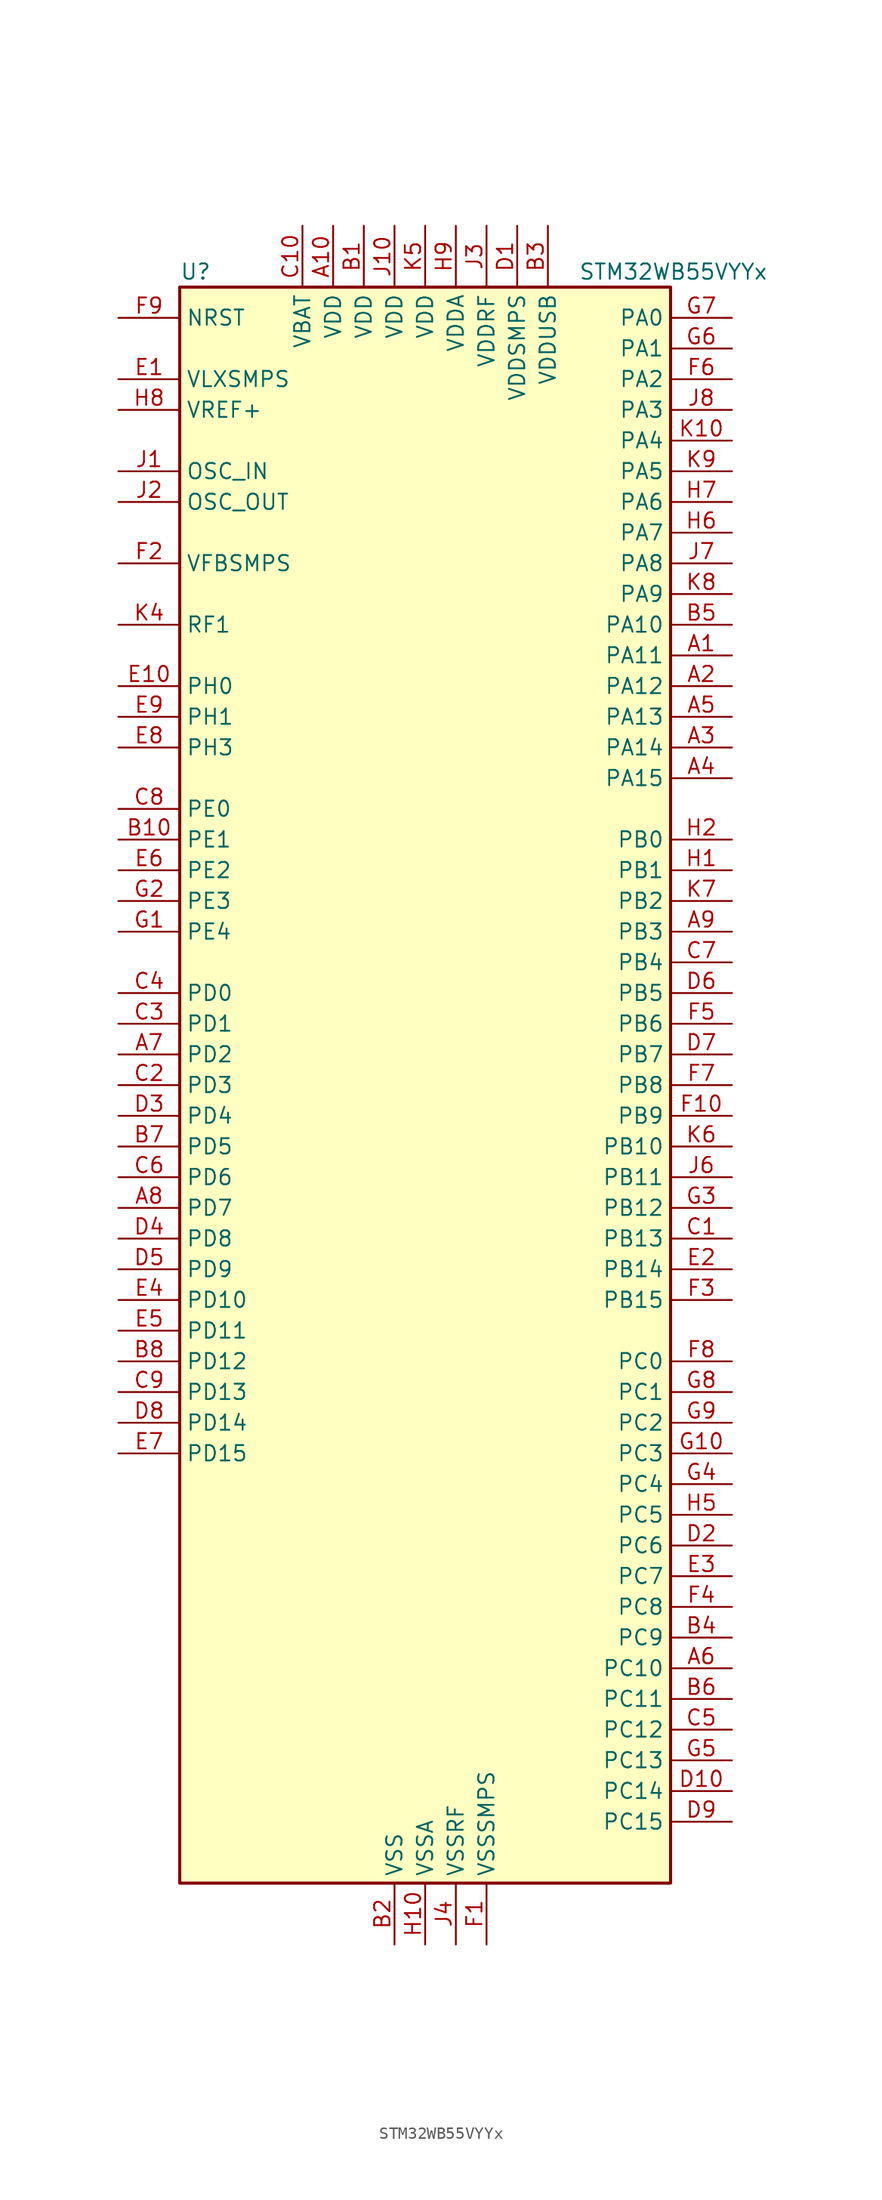
<source format=kicad_sym>
(kicad_symbol_lib
  (version 20231120)
  (generator "kicad_symbol_editor")
  (generator_version "8.0")
  (symbol "STM32WB55VYYx"
    (property "Reference" "U"
      (at -20.32 67.31 0)
      (effects (font (size 1.27 1.27)) (justify left)))
    (property "Value" "STM32WB55VYYx"
      (at 12.7 67.31 0)
      (effects (font (size 1.27 1.27)) (justify left)))
    (property "ki_locked" ""
      (at 0 0 0)
      (effects (font (size 1.27 1.27))))
    (symbol "STM32WB55VYYx_0_1"
      (rectangle (start -20.32 -66.04) (end 20.32 66.04) (stroke (width 0.254) (type default)) (fill (type background))))
    (symbol "STM32WB55VYYx_1_1"
      (pin bidirectional line (at 25.4 35.56 180) (length 5.08) (name "PA11" (effects (font (size 1.27 1.27)))) (number "A1" (effects (font (size 1.27 1.27)))) (alternate "ADC1_EXTI11" bidirectional line) (alternate "SPI1_MISO" bidirectional line) (alternate "TIM1_BKIN2" bidirectional line) (alternate "TIM1_CH4" bidirectional line) (alternate "USART1_CTS" bidirectional line) (alternate "USART1_NSS" bidirectional line) (alternate "USB_DM" bidirectional line))
      (pin power_in line (at -7.62 71.12 270) (length 5.08) (name "VDD" (effects (font (size 1.27 1.27)))) (number "A10" (effects (font (size 1.27 1.27)))))
      (pin bidirectional line (at 25.4 33.02 180) (length 5.08) (name "PA12" (effects (font (size 1.27 1.27)))) (number "A2" (effects (font (size 1.27 1.27)))) (alternate "LPUART1_RX" bidirectional line) (alternate "SPI1_MOSI" bidirectional line) (alternate "TIM1_ETR" bidirectional line) (alternate "USART1_DE" bidirectional line) (alternate "USART1_RTS" bidirectional line) (alternate "USB_DP" bidirectional line))
      (pin bidirectional line (at 25.4 27.94 180) (length 5.08) (name "PA14" (effects (font (size 1.27 1.27)))) (number "A3" (effects (font (size 1.27 1.27)))) (alternate "I2C1_SMBA" bidirectional line) (alternate "LCD_SEG5" bidirectional line) (alternate "LPTIM1_OUT" bidirectional line) (alternate "SAI1_FS_B" bidirectional line) (alternate "SYS_JTCK-SWCLK" bidirectional line))
      (pin bidirectional line (at 25.4 25.4 180) (length 5.08) (name "PA15" (effects (font (size 1.27 1.27)))) (number "A4" (effects (font (size 1.27 1.27)))) (alternate "ADC1_EXTI15" bidirectional line) (alternate "LCD_SEG17" bidirectional line) (alternate "RCC_MCO" bidirectional line) (alternate "SPI1_NSS" bidirectional line) (alternate "SYS_JTDI" bidirectional line) (alternate "TIM2_CH1" bidirectional line) (alternate "TIM2_ETR" bidirectional line) (alternate "TSC_G3_IO1" bidirectional line))
      (pin bidirectional line (at 25.4 30.48 180) (length 5.08) (name "PA13" (effects (font (size 1.27 1.27)))) (number "A5" (effects (font (size 1.27 1.27)))) (alternate "IR_OUT" bidirectional line) (alternate "SAI1_SD_B" bidirectional line) (alternate "SYS_JTMS-SWDIO" bidirectional line) (alternate "USB_NOE" bidirectional line))
      (pin bidirectional line (at 25.4 -48.26 180) (length 5.08) (name "PC10" (effects (font (size 1.27 1.27)))) (number "A6" (effects (font (size 1.27 1.27)))) (alternate "LCD_COM4" bidirectional line) (alternate "LCD_SEG28" bidirectional line) (alternate "LCD_SEG40" bidirectional line) (alternate "SYS_TRACED1" bidirectional line) (alternate "TSC_G3_IO2" bidirectional line))
      (pin bidirectional line (at -25.4 2.54 0) (length 5.08) (name "PD2" (effects (font (size 1.27 1.27)))) (number "A7" (effects (font (size 1.27 1.27)))) (alternate "LCD_COM7" bidirectional line) (alternate "LCD_SEG31" bidirectional line) (alternate "LCD_SEG43" bidirectional line) (alternate "SYS_TRACED2" bidirectional line) (alternate "TSC_SYNC" bidirectional line))
      (pin bidirectional line (at -25.4 -10.16 0) (length 5.08) (name "PD7" (effects (font (size 1.27 1.27)))) (number "A8" (effects (font (size 1.27 1.27)))) (alternate "LCD_SEG39" bidirectional line) (alternate "QUADSPI_BK1_IO3" bidirectional line) (alternate "TSC_G5_IO4" bidirectional line))
      (pin bidirectional line (at 25.4 12.7 180) (length 5.08) (name "PB3" (effects (font (size 1.27 1.27)))) (number "A9" (effects (font (size 1.27 1.27)))) (alternate "COMP2_INM" bidirectional line) (alternate "LCD_SEG7" bidirectional line) (alternate "SAI1_SCK_B" bidirectional line) (alternate "SPI1_SCK" bidirectional line) (alternate "SYS_JTDO-SWO" bidirectional line) (alternate "TIM2_CH2" bidirectional line) (alternate "USART1_DE" bidirectional line) (alternate "USART1_RTS" bidirectional line))
      (pin power_in line (at -5.08 71.12 270) (length 5.08) (name "VDD" (effects (font (size 1.27 1.27)))) (number "B1" (effects (font (size 1.27 1.27)))))
      (pin bidirectional line (at -25.4 20.32 0) (length 5.08) (name "PE1" (effects (font (size 1.27 1.27)))) (number "B10" (effects (font (size 1.27 1.27)))) (alternate "LCD_SEG37" bidirectional line) (alternate "TIM17_CH1" bidirectional line) (alternate "TSC_G7_IO2" bidirectional line))
      (pin power_in line (at -2.54 -71.12 90) (length 5.08) (name "VSS" (effects (font (size 1.27 1.27)))) (number "B2" (effects (font (size 1.27 1.27)))))
      (pin power_in line (at 10.16 71.12 270) (length 5.08) (name "VDDUSB" (effects (font (size 1.27 1.27)))) (number "B3" (effects (font (size 1.27 1.27)))))
      (pin bidirectional line (at 25.4 -45.72 180) (length 5.08) (name "PC9" (effects (font (size 1.27 1.27)))) (number "B4" (effects (font (size 1.27 1.27)))) (alternate "LCD_SEG27" bidirectional line) (alternate "SAI1_SCK_B" bidirectional line) (alternate "TIM1_BKIN" bidirectional line) (alternate "TSC_G4_IO4" bidirectional line) (alternate "USB_NOE" bidirectional line))
      (pin bidirectional line (at 25.4 38.1 180) (length 5.08) (name "PA10" (effects (font (size 1.27 1.27)))) (number "B5" (effects (font (size 1.27 1.27)))) (alternate "CRS_SYNC" bidirectional line) (alternate "I2C1_SDA" bidirectional line) (alternate "LCD_COM2" bidirectional line) (alternate "SAI1_D1" bidirectional line) (alternate "SAI1_SD_A" bidirectional line) (alternate "TIM17_BKIN" bidirectional line) (alternate "TIM1_CH3" bidirectional line) (alternate "USART1_RX" bidirectional line))
      (pin bidirectional line (at 25.4 -50.8 180) (length 5.08) (name "PC11" (effects (font (size 1.27 1.27)))) (number "B6" (effects (font (size 1.27 1.27)))) (alternate "ADC1_EXTI11" bidirectional line) (alternate "LCD_COM5" bidirectional line) (alternate "LCD_SEG29" bidirectional line) (alternate "LCD_SEG41" bidirectional line) (alternate "TSC_G3_IO3" bidirectional line))
      (pin bidirectional line (at -25.4 -5.08 0) (length 5.08) (name "PD5" (effects (font (size 1.27 1.27)))) (number "B7" (effects (font (size 1.27 1.27)))) (alternate "QUADSPI_BK1_IO1" bidirectional line) (alternate "SAI1_MCLK_B" bidirectional line) (alternate "TSC_G5_IO2" bidirectional line))
      (pin bidirectional line (at -25.4 -22.86 0) (length 5.08) (name "PD12" (effects (font (size 1.27 1.27)))) (number "B8" (effects (font (size 1.27 1.27)))) (alternate "LCD_SEG32" bidirectional line) (alternate "LPTIM2_IN1" bidirectional line) (alternate "TSC_G6_IO3" bidirectional line))
      (pin passive line (at -2.54 -71.12 90) (length 5.08) hide (name "VSS" (effects (font (size 1.27 1.27)))) (number "B9" (effects (font (size 1.27 1.27)))))
      (pin bidirectional line (at 25.4 -12.7 180) (length 5.08) (name "PB13" (effects (font (size 1.27 1.27)))) (number "C1" (effects (font (size 1.27 1.27)))) (alternate "I2C3_SCL" bidirectional line) (alternate "LCD_SEG13" bidirectional line) (alternate "LPUART1_CTS" bidirectional line) (alternate "SAI1_SCK_A" bidirectional line) (alternate "SPI2_SCK" bidirectional line) (alternate "TIM1_CH1N" bidirectional line) (alternate "TSC_G1_IO2" bidirectional line))
      (pin power_in line (at -10.16 71.12 270) (length 5.08) (name "VBAT" (effects (font (size 1.27 1.27)))) (number "C10" (effects (font (size 1.27 1.27)))))
      (pin bidirectional line (at -25.4 0 0) (length 5.08) (name "PD3" (effects (font (size 1.27 1.27)))) (number "C2" (effects (font (size 1.27 1.27)))) (alternate "QUADSPI_BK1_NCS" bidirectional line) (alternate "SPI2_MISO" bidirectional line) (alternate "SPI2_SCK" bidirectional line))
      (pin bidirectional line (at -25.4 5.08 0) (length 5.08) (name "PD1" (effects (font (size 1.27 1.27)))) (number "C3" (effects (font (size 1.27 1.27)))) (alternate "SPI2_SCK" bidirectional line))
      (pin bidirectional line (at -25.4 7.62 0) (length 5.08) (name "PD0" (effects (font (size 1.27 1.27)))) (number "C4" (effects (font (size 1.27 1.27)))) (alternate "SPI2_NSS" bidirectional line))
      (pin bidirectional line (at 25.4 -53.34 180) (length 5.08) (name "PC12" (effects (font (size 1.27 1.27)))) (number "C5" (effects (font (size 1.27 1.27)))) (alternate "LCD_COM6" bidirectional line) (alternate "LCD_SEG30" bidirectional line) (alternate "LCD_SEG42" bidirectional line) (alternate "RCC_LSCO" bidirectional line) (alternate "RTC_TAMP3" bidirectional line) (alternate "SYS_TRACED3" bidirectional line) (alternate "SYS_WKUP3" bidirectional line) (alternate "TSC_G3_IO4" bidirectional line))
      (pin bidirectional line (at -25.4 -7.62 0) (length 5.08) (name "PD6" (effects (font (size 1.27 1.27)))) (number "C6" (effects (font (size 1.27 1.27)))) (alternate "QUADSPI_BK1_IO2" bidirectional line) (alternate "SAI1_D1" bidirectional line) (alternate "SAI1_SD_A" bidirectional line) (alternate "TSC_G5_IO3" bidirectional line))
      (pin bidirectional line (at 25.4 10.16 180) (length 5.08) (name "PB4" (effects (font (size 1.27 1.27)))) (number "C7" (effects (font (size 1.27 1.27)))) (alternate "COMP2_INP" bidirectional line) (alternate "I2C3_SDA" bidirectional line) (alternate "LCD_SEG8" bidirectional line) (alternate "SAI1_MCLK_B" bidirectional line) (alternate "SPI1_MISO" bidirectional line) (alternate "SYS_JTRST" bidirectional line) (alternate "TIM17_BKIN" bidirectional line) (alternate "TSC_G2_IO1" bidirectional line) (alternate "USART1_CTS" bidirectional line) (alternate "USART1_NSS" bidirectional line))
      (pin bidirectional line (at -25.4 22.86 0) (length 5.08) (name "PE0" (effects (font (size 1.27 1.27)))) (number "C8" (effects (font (size 1.27 1.27)))) (alternate "LCD_SEG36" bidirectional line) (alternate "TIM16_CH1" bidirectional line) (alternate "TIM1_ETR" bidirectional line) (alternate "TSC_G7_IO3" bidirectional line))
      (pin bidirectional line (at -25.4 -25.4 0) (length 5.08) (name "PD13" (effects (font (size 1.27 1.27)))) (number "C9" (effects (font (size 1.27 1.27)))) (alternate "LCD_SEG33" bidirectional line) (alternate "LPTIM2_OUT" bidirectional line) (alternate "TSC_G6_IO4" bidirectional line))
      (pin power_in line (at 7.62 71.12 270) (length 5.08) (name "VDDSMPS" (effects (font (size 1.27 1.27)))) (number "D1" (effects (font (size 1.27 1.27)))))
      (pin bidirectional line (at 25.4 -58.42 180) (length 5.08) (name "PC14" (effects (font (size 1.27 1.27)))) (number "D10" (effects (font (size 1.27 1.27)))) (alternate "RCC_OSC32_IN" bidirectional line))
      (pin bidirectional line (at 25.4 -38.1 180) (length 5.08) (name "PC6" (effects (font (size 1.27 1.27)))) (number "D2" (effects (font (size 1.27 1.27)))) (alternate "LCD_SEG24" bidirectional line) (alternate "TSC_G4_IO1" bidirectional line))
      (pin bidirectional line (at -25.4 -2.54 0) (length 5.08) (name "PD4" (effects (font (size 1.27 1.27)))) (number "D3" (effects (font (size 1.27 1.27)))) (alternate "QUADSPI_BK1_IO0" bidirectional line) (alternate "SPI2_MOSI" bidirectional line) (alternate "TSC_G5_IO1" bidirectional line))
      (pin bidirectional line (at -25.4 -12.7 0) (length 5.08) (name "PD8" (effects (font (size 1.27 1.27)))) (number "D4" (effects (font (size 1.27 1.27)))) (alternate "LCD_SEG28" bidirectional line) (alternate "TIM1_BKIN2" bidirectional line))
      (pin bidirectional line (at -25.4 -15.24 0) (length 5.08) (name "PD9" (effects (font (size 1.27 1.27)))) (number "D5" (effects (font (size 1.27 1.27)))) (alternate "LCD_SEG29" bidirectional line) (alternate "SYS_TRACED0" bidirectional line))
      (pin bidirectional line (at 25.4 7.62 180) (length 5.08) (name "PB5" (effects (font (size 1.27 1.27)))) (number "D6" (effects (font (size 1.27 1.27)))) (alternate "COMP2_OUT" bidirectional line) (alternate "I2C1_SMBA" bidirectional line) (alternate "LCD_SEG9" bidirectional line) (alternate "LPTIM1_IN1" bidirectional line) (alternate "LPUART1_TX" bidirectional line) (alternate "SAI1_SD_B" bidirectional line) (alternate "SPI1_MOSI" bidirectional line) (alternate "TIM16_BKIN" bidirectional line) (alternate "TSC_G2_IO2" bidirectional line) (alternate "USART1_CK" bidirectional line))
      (pin bidirectional line (at 25.4 2.54 180) (length 5.08) (name "PB7" (effects (font (size 1.27 1.27)))) (number "D7" (effects (font (size 1.27 1.27)))) (alternate "COMP2_INM" bidirectional line) (alternate "I2C1_SDA" bidirectional line) (alternate "LCD_SEG21" bidirectional line) (alternate "LPTIM1_IN2" bidirectional line) (alternate "SYS_PVD_IN" bidirectional line) (alternate "TIM17_CH1N" bidirectional line) (alternate "TIM1_BKIN" bidirectional line) (alternate "TSC_G2_IO4" bidirectional line) (alternate "USART1_RX" bidirectional line))
      (pin bidirectional line (at -25.4 -27.94 0) (length 5.08) (name "PD14" (effects (font (size 1.27 1.27)))) (number "D8" (effects (font (size 1.27 1.27)))) (alternate "LCD_SEG34" bidirectional line) (alternate "TIM1_CH1" bidirectional line))
      (pin bidirectional line (at 25.4 -60.96 180) (length 5.08) (name "PC15" (effects (font (size 1.27 1.27)))) (number "D9" (effects (font (size 1.27 1.27)))) (alternate "ADC1_EXTI15" bidirectional line) (alternate "RCC_OSC32_OUT" bidirectional line))
      (pin power_in line (at -25.4 58.42 0) (length 5.08) (name "VLXSMPS" (effects (font (size 1.27 1.27)))) (number "E1" (effects (font (size 1.27 1.27)))))
      (pin bidirectional line (at -25.4 33.02 0) (length 5.08) (name "PH0" (effects (font (size 1.27 1.27)))) (number "E10" (effects (font (size 1.27 1.27)))))
      (pin bidirectional line (at 25.4 -15.24 180) (length 5.08) (name "PB14" (effects (font (size 1.27 1.27)))) (number "E2" (effects (font (size 1.27 1.27)))) (alternate "I2C3_SDA" bidirectional line) (alternate "LCD_SEG14" bidirectional line) (alternate "SAI1_MCLK_A" bidirectional line) (alternate "SPI2_MISO" bidirectional line) (alternate "TIM1_CH2N" bidirectional line) (alternate "TSC_G1_IO3" bidirectional line))
      (pin bidirectional line (at 25.4 -40.64 180) (length 5.08) (name "PC7" (effects (font (size 1.27 1.27)))) (number "E3" (effects (font (size 1.27 1.27)))) (alternate "LCD_SEG25" bidirectional line) (alternate "TSC_G4_IO2" bidirectional line))
      (pin bidirectional line (at -25.4 -17.78 0) (length 5.08) (name "PD10" (effects (font (size 1.27 1.27)))) (number "E4" (effects (font (size 1.27 1.27)))) (alternate "LCD_SEG30" bidirectional line) (alternate "SYS_TRIG_INOUT" bidirectional line) (alternate "TSC_G6_IO1" bidirectional line))
      (pin bidirectional line (at -25.4 -20.32 0) (length 5.08) (name "PD11" (effects (font (size 1.27 1.27)))) (number "E5" (effects (font (size 1.27 1.27)))) (alternate "ADC1_EXTI11" bidirectional line) (alternate "LCD_SEG31" bidirectional line) (alternate "LPTIM2_ETR" bidirectional line) (alternate "TSC_G6_IO2" bidirectional line))
      (pin bidirectional line (at -25.4 17.78 0) (length 5.08) (name "PE2" (effects (font (size 1.27 1.27)))) (number "E6" (effects (font (size 1.27 1.27)))) (alternate "LCD_SEG38" bidirectional line) (alternate "SAI1_CK1" bidirectional line) (alternate "SAI1_MCLK_A" bidirectional line) (alternate "SYS_TRACECLK" bidirectional line) (alternate "TSC_G7_IO1" bidirectional line))
      (pin bidirectional line (at -25.4 -30.48 0) (length 5.08) (name "PD15" (effects (font (size 1.27 1.27)))) (number "E7" (effects (font (size 1.27 1.27)))) (alternate "ADC1_EXTI15" bidirectional line) (alternate "LCD_SEG35" bidirectional line) (alternate "TIM1_CH2" bidirectional line))
      (pin bidirectional line (at -25.4 27.94 0) (length 5.08) (name "PH3" (effects (font (size 1.27 1.27)))) (number "E8" (effects (font (size 1.27 1.27)))) (alternate "RCC_LSCO" bidirectional line))
      (pin bidirectional line (at -25.4 30.48 0) (length 5.08) (name "PH1" (effects (font (size 1.27 1.27)))) (number "E9" (effects (font (size 1.27 1.27)))))
      (pin power_in line (at 5.08 -71.12 90) (length 5.08) (name "VSSSMPS" (effects (font (size 1.27 1.27)))) (number "F1" (effects (font (size 1.27 1.27)))))
      (pin bidirectional line (at 25.4 -2.54 180) (length 5.08) (name "PB9" (effects (font (size 1.27 1.27)))) (number "F10" (effects (font (size 1.27 1.27)))) (alternate "I2C1_SDA" bidirectional line) (alternate "IR_OUT" bidirectional line) (alternate "LCD_COM3" bidirectional line) (alternate "QUADSPI_BK1_IO0" bidirectional line) (alternate "SAI1_D2" bidirectional line) (alternate "SAI1_FS_A" bidirectional line) (alternate "SPI2_NSS" bidirectional line) (alternate "TIM17_CH1" bidirectional line) (alternate "TIM1_CH3N" bidirectional line) (alternate "TSC_G7_IO4" bidirectional line))
      (pin input line (at -25.4 43.18 0) (length 5.08) (name "VFBSMPS" (effects (font (size 1.27 1.27)))) (number "F2" (effects (font (size 1.27 1.27)))))
      (pin bidirectional line (at 25.4 -17.78 180) (length 5.08) (name "PB15" (effects (font (size 1.27 1.27)))) (number "F3" (effects (font (size 1.27 1.27)))) (alternate "ADC1_EXTI15" bidirectional line) (alternate "LCD_SEG15" bidirectional line) (alternate "RTC_REFIN" bidirectional line) (alternate "SAI1_SD_A" bidirectional line) (alternate "SPI2_MOSI" bidirectional line) (alternate "TIM1_CH3N" bidirectional line) (alternate "TSC_G1_IO4" bidirectional line))
      (pin bidirectional line (at 25.4 -43.18 180) (length 5.08) (name "PC8" (effects (font (size 1.27 1.27)))) (number "F4" (effects (font (size 1.27 1.27)))) (alternate "LCD_SEG26" bidirectional line) (alternate "TSC_G4_IO3" bidirectional line))
      (pin bidirectional line (at 25.4 5.08 180) (length 5.08) (name "PB6" (effects (font (size 1.27 1.27)))) (number "F5" (effects (font (size 1.27 1.27)))) (alternate "COMP2_INP" bidirectional line) (alternate "I2C1_SCL" bidirectional line) (alternate "LCD_SEG6" bidirectional line) (alternate "LPTIM1_ETR" bidirectional line) (alternate "RCC_MCO" bidirectional line) (alternate "SAI1_FS_B" bidirectional line) (alternate "TIM16_CH1N" bidirectional line) (alternate "TSC_G2_IO3" bidirectional line) (alternate "USART1_TX" bidirectional line))
      (pin bidirectional line (at 25.4 58.42 180) (length 5.08) (name "PA2" (effects (font (size 1.27 1.27)))) (number "F6" (effects (font (size 1.27 1.27)))) (alternate "ADC1_IN7" bidirectional line) (alternate "COMP2_INM" bidirectional line) (alternate "COMP2_OUT" bidirectional line) (alternate "LCD_SEG1" bidirectional line) (alternate "LPUART1_TX" bidirectional line) (alternate "QUADSPI_BK1_NCS" bidirectional line) (alternate "RCC_LSCO" bidirectional line) (alternate "SYS_WKUP4" bidirectional line) (alternate "TIM2_CH3" bidirectional line))
      (pin bidirectional line (at 25.4 0 180) (length 5.08) (name "PB8" (effects (font (size 1.27 1.27)))) (number "F7" (effects (font (size 1.27 1.27)))) (alternate "I2C1_SCL" bidirectional line) (alternate "LCD_SEG16" bidirectional line) (alternate "QUADSPI_BK1_IO1" bidirectional line) (alternate "SAI1_CK1" bidirectional line) (alternate "SAI1_MCLK_A" bidirectional line) (alternate "TIM16_CH1" bidirectional line) (alternate "TIM1_CH2N" bidirectional line))
      (pin bidirectional line (at 25.4 -22.86 180) (length 5.08) (name "PC0" (effects (font (size 1.27 1.27)))) (number "F8" (effects (font (size 1.27 1.27)))) (alternate "ADC1_IN1" bidirectional line) (alternate "I2C3_SCL" bidirectional line) (alternate "LCD_SEG18" bidirectional line) (alternate "LPTIM1_IN1" bidirectional line) (alternate "LPTIM2_IN1" bidirectional line) (alternate "LPUART1_RX" bidirectional line))
      (pin input line (at -25.4 63.5 0) (length 5.08) (name "NRST" (effects (font (size 1.27 1.27)))) (number "F9" (effects (font (size 1.27 1.27)))))
      (pin bidirectional line (at -25.4 12.7 0) (length 5.08) (name "PE4" (effects (font (size 1.27 1.27)))) (number "G1" (effects (font (size 1.27 1.27)))))
      (pin bidirectional line (at 25.4 -30.48 180) (length 5.08) (name "PC3" (effects (font (size 1.27 1.27)))) (number "G10" (effects (font (size 1.27 1.27)))) (alternate "ADC1_IN4" bidirectional line) (alternate "LCD_VLCD" bidirectional line) (alternate "LPTIM1_ETR" bidirectional line) (alternate "LPTIM2_ETR" bidirectional line) (alternate "SAI1_D1" bidirectional line) (alternate "SAI1_SD_A" bidirectional line) (alternate "SPI2_MOSI" bidirectional line))
      (pin bidirectional line (at -25.4 15.24 0) (length 5.08) (name "PE3" (effects (font (size 1.27 1.27)))) (number "G2" (effects (font (size 1.27 1.27)))))
      (pin bidirectional line (at 25.4 -10.16 180) (length 5.08) (name "PB12" (effects (font (size 1.27 1.27)))) (number "G3" (effects (font (size 1.27 1.27)))) (alternate "I2C3_SMBA" bidirectional line) (alternate "LCD_SEG12" bidirectional line) (alternate "LPUART1_DE" bidirectional line) (alternate "LPUART1_RTS" bidirectional line) (alternate "SAI1_FS_A" bidirectional line) (alternate "SPI2_NSS" bidirectional line) (alternate "TIM1_BKIN" bidirectional line) (alternate "TSC_G1_IO1" bidirectional line))
      (pin bidirectional line (at 25.4 -33.02 180) (length 5.08) (name "PC4" (effects (font (size 1.27 1.27)))) (number "G4" (effects (font (size 1.27 1.27)))) (alternate "ADC1_IN13" bidirectional line) (alternate "COMP1_INM" bidirectional line) (alternate "LCD_SEG22" bidirectional line))
      (pin bidirectional line (at 25.4 -55.88 180) (length 5.08) (name "PC13" (effects (font (size 1.27 1.27)))) (number "G5" (effects (font (size 1.27 1.27)))) (alternate "RTC_OUT1" bidirectional line) (alternate "RTC_TAMP1" bidirectional line) (alternate "RTC_TS" bidirectional line) (alternate "SYS_WKUP2" bidirectional line))
      (pin bidirectional line (at 25.4 60.96 180) (length 5.08) (name "PA1" (effects (font (size 1.27 1.27)))) (number "G6" (effects (font (size 1.27 1.27)))) (alternate "ADC1_IN6" bidirectional line) (alternate "COMP1_INP" bidirectional line) (alternate "I2C1_SMBA" bidirectional line) (alternate "LCD_SEG0" bidirectional line) (alternate "SPI1_SCK" bidirectional line) (alternate "TIM2_CH2" bidirectional line))
      (pin bidirectional line (at 25.4 63.5 180) (length 5.08) (name "PA0" (effects (font (size 1.27 1.27)))) (number "G7" (effects (font (size 1.27 1.27)))) (alternate "ADC1_IN5" bidirectional line) (alternate "COMP1_INM" bidirectional line) (alternate "COMP1_OUT" bidirectional line) (alternate "RTC_TAMP2" bidirectional line) (alternate "SAI1_EXTCLK" bidirectional line) (alternate "SYS_WKUP1" bidirectional line) (alternate "TIM2_CH1" bidirectional line) (alternate "TIM2_ETR" bidirectional line))
      (pin bidirectional line (at 25.4 -25.4 180) (length 5.08) (name "PC1" (effects (font (size 1.27 1.27)))) (number "G8" (effects (font (size 1.27 1.27)))) (alternate "ADC1_IN2" bidirectional line) (alternate "I2C3_SDA" bidirectional line) (alternate "LCD_SEG19" bidirectional line) (alternate "LPTIM1_OUT" bidirectional line) (alternate "LPUART1_TX" bidirectional line) (alternate "SPI2_MOSI" bidirectional line))
      (pin bidirectional line (at 25.4 -27.94 180) (length 5.08) (name "PC2" (effects (font (size 1.27 1.27)))) (number "G9" (effects (font (size 1.27 1.27)))) (alternate "ADC1_IN3" bidirectional line) (alternate "LCD_SEG20" bidirectional line) (alternate "LPTIM1_IN2" bidirectional line) (alternate "SPI2_MISO" bidirectional line))
      (pin bidirectional line (at 25.4 17.78 180) (length 5.08) (name "PB1" (effects (font (size 1.27 1.27)))) (number "H1" (effects (font (size 1.27 1.27)))) (alternate "LPTIM2_IN1" bidirectional line) (alternate "LPUART1_DE" bidirectional line) (alternate "LPUART1_RTS" bidirectional line))
      (pin power_in line (at 0 -71.12 90) (length 5.08) (name "VSSA" (effects (font (size 1.27 1.27)))) (number "H10" (effects (font (size 1.27 1.27)))))
      (pin bidirectional line (at 25.4 20.32 180) (length 5.08) (name "PB0" (effects (font (size 1.27 1.27)))) (number "H2" (effects (font (size 1.27 1.27)))) (alternate "COMP1_OUT" bidirectional line) (alternate "RF_TX_MOD_EXT_PA" bidirectional line))
      (pin no_connect line (at -20.32 -66.04 0) (length 5.08) hide (name "AT0" (effects (font (size 1.27 1.27)))) (number "H3" (effects (font (size 1.27 1.27)))))
      (pin no_connect line (at -20.32 -63.5 0) (length 5.08) hide (name "AT1" (effects (font (size 1.27 1.27)))) (number "H4" (effects (font (size 1.27 1.27)))))
      (pin bidirectional line (at 25.4 -35.56 180) (length 5.08) (name "PC5" (effects (font (size 1.27 1.27)))) (number "H5" (effects (font (size 1.27 1.27)))) (alternate "ADC1_IN14" bidirectional line) (alternate "COMP1_INP" bidirectional line) (alternate "LCD_SEG23" bidirectional line) (alternate "SAI1_D3" bidirectional line) (alternate "SYS_WKUP5" bidirectional line))
      (pin bidirectional line (at 25.4 45.72 180) (length 5.08) (name "PA7" (effects (font (size 1.27 1.27)))) (number "H6" (effects (font (size 1.27 1.27)))) (alternate "ADC1_IN12" bidirectional line) (alternate "COMP2_OUT" bidirectional line) (alternate "I2C3_SCL" bidirectional line) (alternate "LCD_SEG4" bidirectional line) (alternate "QUADSPI_BK1_IO2" bidirectional line) (alternate "SPI1_MOSI" bidirectional line) (alternate "TIM17_CH1" bidirectional line) (alternate "TIM1_CH1N" bidirectional line))
      (pin bidirectional line (at 25.4 48.26 180) (length 5.08) (name "PA6" (effects (font (size 1.27 1.27)))) (number "H7" (effects (font (size 1.27 1.27)))) (alternate "ADC1_IN11" bidirectional line) (alternate "LCD_SEG3" bidirectional line) (alternate "LPUART1_CTS" bidirectional line) (alternate "QUADSPI_BK1_IO3" bidirectional line) (alternate "SPI1_MISO" bidirectional line) (alternate "TIM16_CH1" bidirectional line) (alternate "TIM1_BKIN" bidirectional line))
      (pin input line (at -25.4 55.88 0) (length 5.08) (name "VREF+" (effects (font (size 1.27 1.27)))) (number "H8" (effects (font (size 1.27 1.27)))) (alternate "VREFBUF_OUT" bidirectional line))
      (pin power_in line (at 2.54 71.12 270) (length 5.08) (name "VDDA" (effects (font (size 1.27 1.27)))) (number "H9" (effects (font (size 1.27 1.27)))))
      (pin input line (at -25.4 50.8 0) (length 5.08) (name "OSC_IN" (effects (font (size 1.27 1.27)))) (number "J1" (effects (font (size 1.27 1.27)))) (alternate "RCC_OSC_IN" bidirectional line))
      (pin power_in line (at -2.54 71.12 270) (length 5.08) (name "VDD" (effects (font (size 1.27 1.27)))) (number "J10" (effects (font (size 1.27 1.27)))))
      (pin input line (at -25.4 48.26 0) (length 5.08) (name "OSC_OUT" (effects (font (size 1.27 1.27)))) (number "J2" (effects (font (size 1.27 1.27)))) (alternate "RCC_OSC_OUT" bidirectional line))
      (pin power_in line (at 5.08 71.12 270) (length 5.08) (name "VDDRF" (effects (font (size 1.27 1.27)))) (number "J3" (effects (font (size 1.27 1.27)))))
      (pin power_in line (at 2.54 -71.12 90) (length 5.08) (name "VSSRF" (effects (font (size 1.27 1.27)))) (number "J4" (effects (font (size 1.27 1.27)))))
      (pin passive line (at -2.54 -71.12 90) (length 5.08) hide (name "VSS" (effects (font (size 1.27 1.27)))) (number "J5" (effects (font (size 1.27 1.27)))))
      (pin bidirectional line (at 25.4 -7.62 180) (length 5.08) (name "PB11" (effects (font (size 1.27 1.27)))) (number "J6" (effects (font (size 1.27 1.27)))) (alternate "ADC1_EXTI11" bidirectional line) (alternate "COMP2_OUT" bidirectional line) (alternate "I2C3_SDA" bidirectional line) (alternate "LCD_SEG11" bidirectional line) (alternate "LPUART1_TX" bidirectional line) (alternate "QUADSPI_BK1_NCS" bidirectional line) (alternate "TIM2_CH4" bidirectional line))
      (pin bidirectional line (at 25.4 43.18 180) (length 5.08) (name "PA8" (effects (font (size 1.27 1.27)))) (number "J7" (effects (font (size 1.27 1.27)))) (alternate "ADC1_IN15" bidirectional line) (alternate "LCD_COM0" bidirectional line) (alternate "LPTIM2_OUT" bidirectional line) (alternate "RCC_MCO" bidirectional line) (alternate "SAI1_CK2" bidirectional line) (alternate "SAI1_SCK_A" bidirectional line) (alternate "TIM1_CH1" bidirectional line) (alternate "USART1_CK" bidirectional line))
      (pin bidirectional line (at 25.4 55.88 180) (length 5.08) (name "PA3" (effects (font (size 1.27 1.27)))) (number "J8" (effects (font (size 1.27 1.27)))) (alternate "ADC1_IN8" bidirectional line) (alternate "COMP2_INP" bidirectional line) (alternate "LCD_SEG2" bidirectional line) (alternate "LPUART1_RX" bidirectional line) (alternate "QUADSPI_CLK" bidirectional line) (alternate "SAI1_CK1" bidirectional line) (alternate "SAI1_MCLK_A" bidirectional line) (alternate "TIM2_CH4" bidirectional line))
      (pin passive line (at -2.54 -71.12 90) (length 5.08) hide (name "VSS" (effects (font (size 1.27 1.27)))) (number "J9" (effects (font (size 1.27 1.27)))))
      (pin passive line (at 2.54 -71.12 90) (length 5.08) hide (name "VSSRF" (effects (font (size 1.27 1.27)))) (number "K1" (effects (font (size 1.27 1.27)))))
      (pin bidirectional line (at 25.4 53.34 180) (length 5.08) (name "PA4" (effects (font (size 1.27 1.27)))) (number "K10" (effects (font (size 1.27 1.27)))) (alternate "ADC1_IN9" bidirectional line) (alternate "COMP1_INM" bidirectional line) (alternate "COMP2_INM" bidirectional line) (alternate "LCD_SEG5" bidirectional line) (alternate "LPTIM2_OUT" bidirectional line) (alternate "SAI1_FS_B" bidirectional line) (alternate "SPI1_NSS" bidirectional line))
      (pin passive line (at 2.54 -71.12 90) (length 5.08) hide (name "VSSRF" (effects (font (size 1.27 1.27)))) (number "K2" (effects (font (size 1.27 1.27)))))
      (pin passive line (at 2.54 -71.12 90) (length 5.08) hide (name "VSSRF" (effects (font (size 1.27 1.27)))) (number "K3" (effects (font (size 1.27 1.27)))))
      (pin bidirectional line (at -25.4 38.1 0) (length 5.08) (name "RF1" (effects (font (size 1.27 1.27)))) (number "K4" (effects (font (size 1.27 1.27)))) (alternate "RF_RF1" bidirectional line))
      (pin power_in line (at 0 71.12 270) (length 5.08) (name "VDD" (effects (font (size 1.27 1.27)))) (number "K5" (effects (font (size 1.27 1.27)))))
      (pin bidirectional line (at 25.4 -5.08 180) (length 5.08) (name "PB10" (effects (font (size 1.27 1.27)))) (number "K6" (effects (font (size 1.27 1.27)))) (alternate "COMP1_OUT" bidirectional line) (alternate "I2C3_SCL" bidirectional line) (alternate "LCD_SEG10" bidirectional line) (alternate "LPUART1_RX" bidirectional line) (alternate "QUADSPI_CLK" bidirectional line) (alternate "SAI1_SCK_A" bidirectional line) (alternate "SPI2_SCK" bidirectional line) (alternate "TIM2_CH3" bidirectional line) (alternate "TSC_SYNC" bidirectional line))
      (pin bidirectional line (at 25.4 15.24 180) (length 5.08) (name "PB2" (effects (font (size 1.27 1.27)))) (number "K7" (effects (font (size 1.27 1.27)))) (alternate "COMP1_INP" bidirectional line) (alternate "I2C3_SMBA" bidirectional line) (alternate "LCD_VLCD" bidirectional line) (alternate "LPTIM1_OUT" bidirectional line) (alternate "RTC_OUT2" bidirectional line) (alternate "SAI1_EXTCLK" bidirectional line) (alternate "SPI1_NSS" bidirectional line))
      (pin bidirectional line (at 25.4 40.64 180) (length 5.08) (name "PA9" (effects (font (size 1.27 1.27)))) (number "K8" (effects (font (size 1.27 1.27)))) (alternate "ADC1_IN16" bidirectional line) (alternate "COMP1_INM" bidirectional line) (alternate "I2C1_SCL" bidirectional line) (alternate "LCD_COM1" bidirectional line) (alternate "SAI1_D2" bidirectional line) (alternate "SAI1_FS_A" bidirectional line) (alternate "SPI2_SCK" bidirectional line) (alternate "TIM1_CH2" bidirectional line) (alternate "USART1_TX" bidirectional line))
      (pin bidirectional line (at 25.4 50.8 180) (length 5.08) (name "PA5" (effects (font (size 1.27 1.27)))) (number "K9" (effects (font (size 1.27 1.27)))) (alternate "ADC1_IN10" bidirectional line) (alternate "COMP1_INM" bidirectional line) (alternate "COMP2_INM" bidirectional line) (alternate "LPTIM2_ETR" bidirectional line) (alternate "SAI1_SD_B" bidirectional line) (alternate "SPI1_SCK" bidirectional line) (alternate "TIM2_CH1" bidirectional line) (alternate "TIM2_ETR" bidirectional line)))))
</source>
